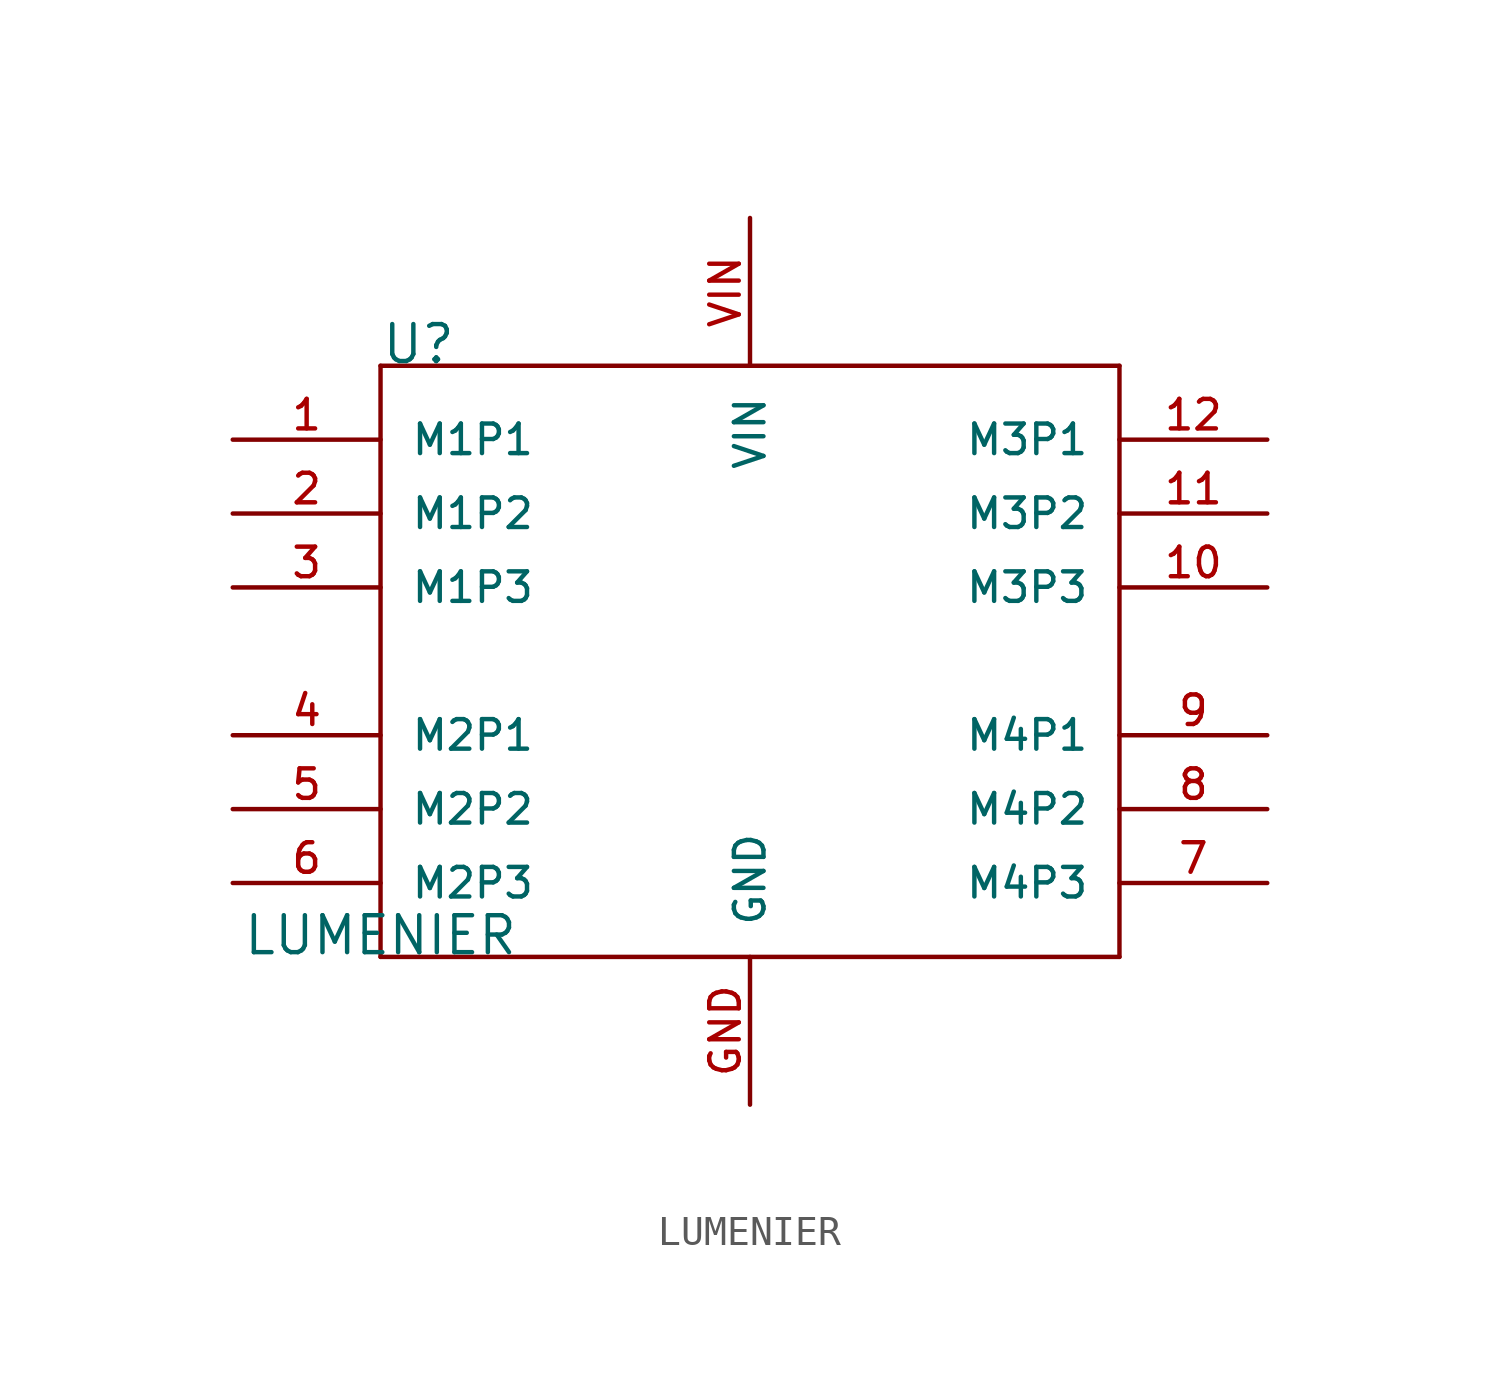
<source format=kicad_sym>
(kicad_symbol_lib
  (version 20211014)
  (generator kicad_symbol_editor)
  (symbol "LUMENIER"
    (pin_names
      (offset 1.016))
    (property "Reference" "U"
      (at 0.0 20.32 0)
      (effects (font (size 1.27 1.27)) (justify bottom left)))
    (property "Value" "LUMENIER"
      (at 0 0.0 0)
      (effects (font (size 1.27 1.27)) (justify bottom)))
    (symbol "LUMENIER_0_0"
      (polyline (pts (xy 0.0 0.0) (xy 25.4 0.0)) (stroke (width 0.152)))
      (polyline (pts (xy 25.4 0.0) (xy 25.4 20.32)) (stroke (width 0.152)))
      (polyline (pts (xy 0.0 0.0) (xy 0.0 20.32)) (stroke (width 0.152)))
      (polyline (pts (xy 0.0 20.32) (xy 25.4 20.32)) (stroke (width 0.152)))
      (pin bidirectional line (at -5.08 5.08 0) (length 5.08) (name "M2P2" (effects (font (size 1.016 1.016)))) (number "5" (effects (font (size 1.016 1.016)))))
      (pin bidirectional line (at -5.08 2.54 0) (length 5.08) (name "M2P3" (effects (font (size 1.016 1.016)))) (number "6" (effects (font (size 1.016 1.016)))))
      (pin bidirectional line (at -5.08 7.62 0) (length 5.08) (name "M2P1" (effects (font (size 1.016 1.016)))) (number "4" (effects (font (size 1.016 1.016)))))
      (pin bidirectional line (at -5.08 12.7 0) (length 5.08) (name "M1P3" (effects (font (size 1.016 1.016)))) (number "3" (effects (font (size 1.016 1.016)))))
      (pin bidirectional line (at -5.08 15.24 0) (length 5.08) (name "M1P2" (effects (font (size 1.016 1.016)))) (number "2" (effects (font (size 1.016 1.016)))))
      (pin bidirectional line (at -5.08 17.78 0) (length 5.08) (name "M1P1" (effects (font (size 1.016 1.016)))) (number "1" (effects (font (size 1.016 1.016)))))
      (pin bidirectional line (at 30.48 2.54 180.0) (length 5.08) (name "M4P3" (effects (font (size 1.016 1.016)))) (number "7" (effects (font (size 1.016 1.016)))))
      (pin bidirectional line (at 30.48 5.08 180.0) (length 5.08) (name "M4P2" (effects (font (size 1.016 1.016)))) (number "8" (effects (font (size 1.016 1.016)))))
      (pin bidirectional line (at 30.48 7.62 180.0) (length 5.08) (name "M4P1" (effects (font (size 1.016 1.016)))) (number "9" (effects (font (size 1.016 1.016)))))
      (pin bidirectional line (at 30.48 12.7 180.0) (length 5.08) (name "M3P3" (effects (font (size 1.016 1.016)))) (number "10" (effects (font (size 1.016 1.016)))))
      (pin bidirectional line (at 30.48 15.24 180.0) (length 5.08) (name "M3P2" (effects (font (size 1.016 1.016)))) (number "11" (effects (font (size 1.016 1.016)))))
      (pin bidirectional line (at 30.48 17.78 180.0) (length 5.08) (name "M3P1" (effects (font (size 1.016 1.016)))) (number "12" (effects (font (size 1.016 1.016)))))
      (pin bidirectional line (at 12.7 -5.08 90.0) (length 5.08) (name "GND" (effects (font (size 1.016 1.016)))) (number "GND" (effects (font (size 1.016 1.016)))))
      (pin bidirectional line (at 12.7 25.4 270.0) (length 5.08) (name "VIN" (effects (font (size 1.016 1.016)))) (number "VIN" (effects (font (size 1.016 1.016))))))))
</source>
